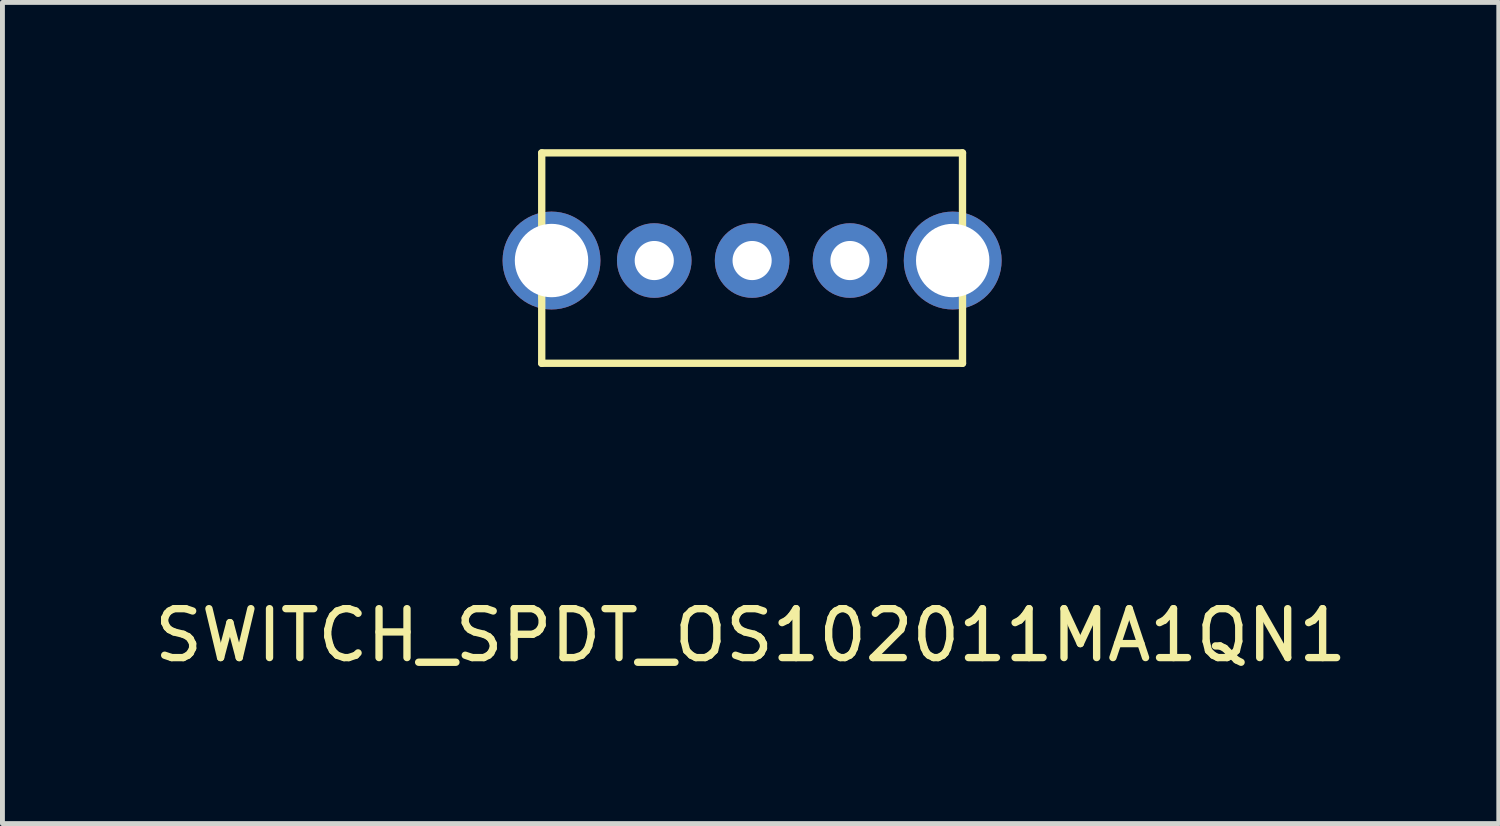
<source format=kicad_pcb>
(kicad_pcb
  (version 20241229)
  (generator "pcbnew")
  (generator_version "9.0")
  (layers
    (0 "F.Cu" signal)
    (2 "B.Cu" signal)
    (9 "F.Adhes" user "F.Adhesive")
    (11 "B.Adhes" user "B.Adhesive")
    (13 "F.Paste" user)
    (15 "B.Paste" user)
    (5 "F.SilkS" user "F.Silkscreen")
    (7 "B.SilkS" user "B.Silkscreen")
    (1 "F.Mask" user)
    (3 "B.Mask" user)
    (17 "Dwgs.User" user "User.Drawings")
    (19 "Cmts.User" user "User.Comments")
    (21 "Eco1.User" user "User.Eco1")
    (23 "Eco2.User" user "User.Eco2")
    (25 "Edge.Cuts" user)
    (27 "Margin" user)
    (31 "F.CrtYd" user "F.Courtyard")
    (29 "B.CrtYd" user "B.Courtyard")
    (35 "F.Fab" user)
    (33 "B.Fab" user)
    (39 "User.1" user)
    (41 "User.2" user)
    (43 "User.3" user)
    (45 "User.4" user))
  (footprint "SWITCH_SPDT_OS102011MA1QN1"
    (layer "F.Cu")
    (at 12.322 2.275)
    (property "Reference" "SWITCH_SPDT_OS102011MA1QN1" (at -0.03 7.66 0) (layer "F.SilkS") (effects (font (size 1 1) (thickness 0.15))))
    (attr through_hole)
    (fp_line (start -4.3 -2.2) (end 4.3 -2.2) (stroke (width 0.15) (type solid)) (layer "F.SilkS"))
    (fp_line (start -4.3 2.1) (end -4.3 -2.2) (stroke (width 0.15) (type solid)) (layer "F.SilkS"))
    (fp_line (start 4.3 -2.2) (end 4.3 2.1) (stroke (width 0.15) (type solid)) (layer "F.SilkS"))
    (fp_line (start 4.3 2.1) (end -4.3 2.1) (stroke (width 0.15) (type solid)) (layer "F.SilkS"))
    (pad "1" thru_hole circle (at -2 0) (size 1.524 1.524) (drill 0.8) (layers "*.Cu" "*.Mask"))
    (pad "2" thru_hole circle (at 0 0) (size 1.524 1.524) (drill 0.8) (layers "*.Cu" "*.Mask"))
    (pad "3" thru_hole circle (at 2 0) (size 1.524 1.524) (drill 0.8) (layers "*.Cu" "*.Mask"))
    (pad "~" thru_hole circle (at -4.1 0) (size 2 2) (drill 1.5) (layers "*.Cu" "*.Mask"))
    (pad "~" thru_hole circle (at 4.1 0) (size 2 2) (drill 1.5) (layers "*.Cu" "*.Mask")))
  (gr_rect
    (start -3 -3)
    (end 27.583 13.783)
    (stroke (width 0.1) (type default))
    (fill no)
    (layer "Edge.Cuts")))
</source>
